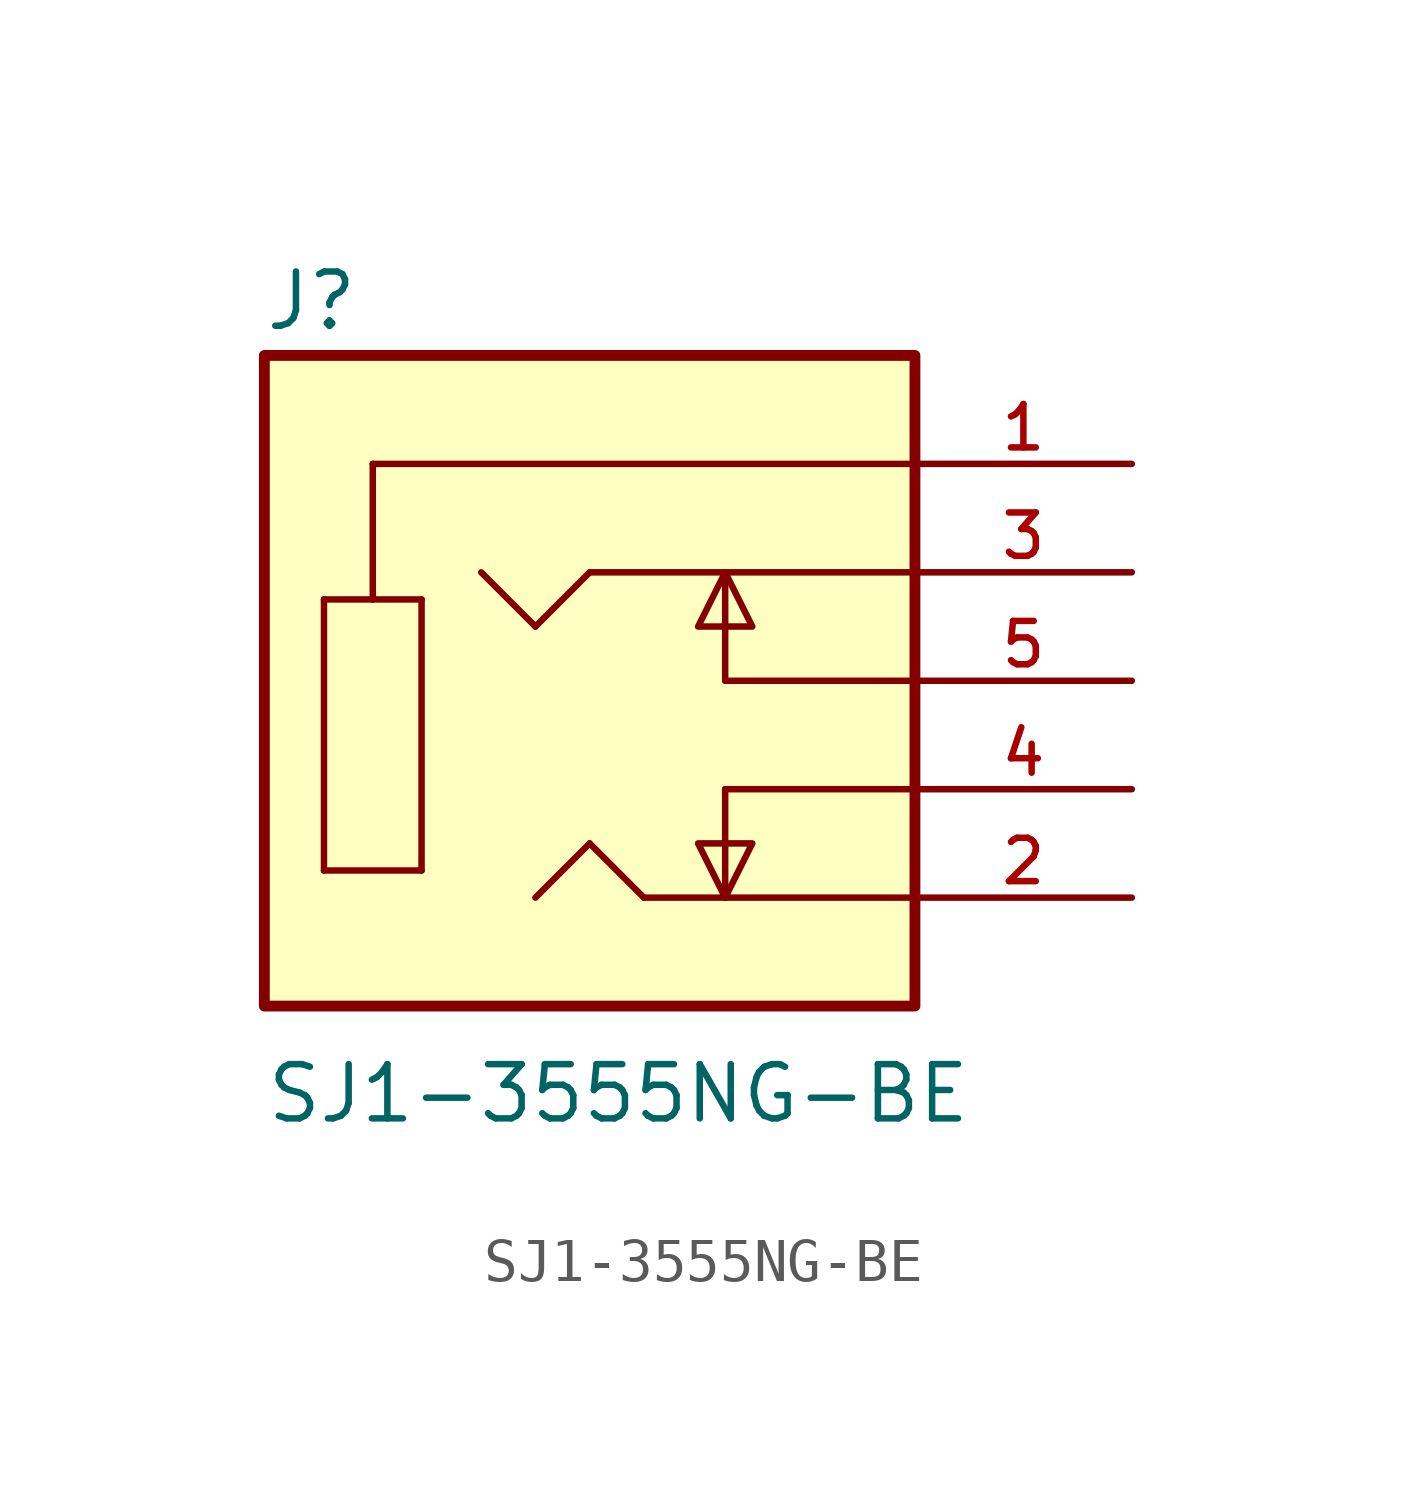
<source format=kicad_sym>
(kicad_symbol_lib
  (version 20211014)
  (generator kicad_symbol_editor)
  (symbol "SJ1-3555NG-BE"
    (pin_names
      (offset 1.016) hide)
    (property "Reference" "J"
      (at -7.645 8.153 0)
      (effects (font (size 1.27 1.27)) (justify left bottom)))
    (property "Value" "SJ1-3555NG-BE"
      (at -7.62 -10.414 0)
      (effects (font (size 1.27 1.27)) (justify left bottom)))
    (property "ki_locked" ""
      (at 0 0 0)
      (effects (font (size 1.27 1.27))))
    (symbol "SJ1-3555NG-BE_0_0"
      (rectangle (start -7.62 -7.62) (end 7.62 7.62) (stroke (width 0.254) (type default) (color 0 0 0 0)) (fill (type background)))
      (polyline (pts (xy -6.223 -4.445) (xy -6.223 1.905)) (stroke (width 0.152) (type default) (color 0 0 0 0)) (fill (type none)))
      (polyline (pts (xy -6.223 1.905) (xy -5.08 1.905)) (stroke (width 0.152) (type default) (color 0 0 0 0)) (fill (type none)))
      (polyline (pts (xy -5.08 1.905) (xy -3.937 1.905)) (stroke (width 0.152) (type default) (color 0 0 0 0)) (fill (type none)))
      (polyline (pts (xy -5.08 5.08) (xy -5.08 1.905)) (stroke (width 0.152) (type default) (color 0 0 0 0)) (fill (type none)))
      (polyline (pts (xy -3.937 -4.445) (xy -6.223 -4.445)) (stroke (width 0.152) (type default) (color 0 0 0 0)) (fill (type none)))
      (polyline (pts (xy -3.937 1.905) (xy -3.937 -4.445)) (stroke (width 0.152) (type default) (color 0 0 0 0)) (fill (type none)))
      (polyline (pts (xy -1.27 1.27) (xy -2.54 2.54)) (stroke (width 0.152) (type default) (color 0 0 0 0)) (fill (type none)))
      (polyline (pts (xy 0 -3.81) (xy -1.27 -5.08)) (stroke (width 0.152) (type default) (color 0 0 0 0)) (fill (type none)))
      (polyline (pts (xy 0 2.54) (xy -1.27 1.27)) (stroke (width 0.152) (type default) (color 0 0 0 0)) (fill (type none)))
      (polyline (pts (xy 1.27 -5.08) (xy 0 -3.81)) (stroke (width 0.152) (type default) (color 0 0 0 0)) (fill (type none)))
      (polyline (pts (xy 3.175 -5.08) (xy 1.27 -5.08)) (stroke (width 0.152) (type default) (color 0 0 0 0)) (fill (type none)))
      (polyline (pts (xy 3.175 -2.54) (xy 3.175 -5.08)) (stroke (width 0.152) (type default) (color 0 0 0 0)) (fill (type none)))
      (polyline (pts (xy 3.175 0) (xy 3.175 2.54)) (stroke (width 0.152) (type default) (color 0 0 0 0)) (fill (type none)))
      (polyline (pts (xy 7.62 -5.08) (xy 3.175 -5.08)) (stroke (width 0.152) (type default) (color 0 0 0 0)) (fill (type none)))
      (polyline (pts (xy 7.62 -2.54) (xy 3.175 -2.54)) (stroke (width 0.152) (type default) (color 0 0 0 0)) (fill (type none)))
      (polyline (pts (xy 7.62 0) (xy 3.175 0)) (stroke (width 0.152) (type default) (color 0 0 0 0)) (fill (type none)))
      (polyline (pts (xy 7.62 2.54) (xy 0 2.54)) (stroke (width 0.152) (type default) (color 0 0 0 0)) (fill (type none)))
      (polyline (pts (xy 7.62 5.08) (xy -5.08 5.08)) (stroke (width 0.152) (type default) (color 0 0 0 0)) (fill (type none)))
      (polyline (pts (xy 3.175 -5.08) (xy 2.54 -3.81) (xy 3.81 -3.81) (xy 3.175 -5.08)) (stroke (width 0.152) (type default) (color 0 0 0 0)) (fill (type background)))
      (polyline (pts (xy 3.175 2.54) (xy 3.81 1.27) (xy 2.54 1.27) (xy 3.175 2.54)) (stroke (width 0.152) (type default) (color 0 0 0 0)) (fill (type background)))
      (pin passive line (at 12.7 5.08 180) (length 5.08) (name "~" (effects (font (size 1.016 1.016)))) (number "1" (effects (font (size 1.016 1.016)))))
      (pin passive line (at 12.7 -5.08 180) (length 5.08) (name "~" (effects (font (size 1.016 1.016)))) (number "2" (effects (font (size 1.016 1.016)))))
      (pin passive line (at 12.7 2.54 180) (length 5.08) (name "~" (effects (font (size 1.016 1.016)))) (number "3" (effects (font (size 1.016 1.016)))))
      (pin passive line (at 12.7 -2.54 180) (length 5.08) (name "~" (effects (font (size 1.016 1.016)))) (number "4" (effects (font (size 1.016 1.016)))))
      (pin passive line (at 12.7 0 180) (length 5.08) (name "~" (effects (font (size 1.016 1.016)))) (number "5" (effects (font (size 1.016 1.016))))))))
</source>
